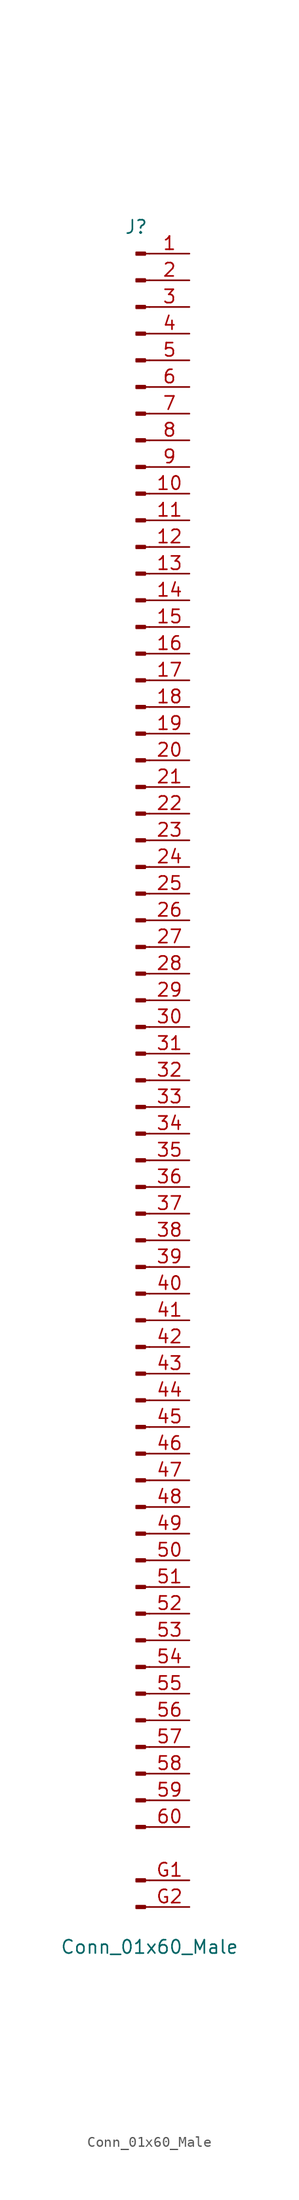
<source format=kicad_sym>
(kicad_symbol_lib
  (version 20211014)
  (generator kicad_symbol_editor)
  (symbol "Conn_01x60_Male"
    (pin_names
      (offset 1.016) hide)
    (property "Reference" "J"
      (at 0 50.8 0)
      (effects (font (size 1.27 1.27))))
    (property "Value" "Conn_01x60_Male"
      (at 1.27 -113.03 0)
      (effects (font (size 1.27 1.27))))
    (symbol "Conn_01x60_Male_1_1"
      (polyline (pts (xy 1.27 -109.22) (xy 0.864 -109.22)) (stroke (width 0.152) (type default) (color 0 0 0 0)) (fill (type none)))
      (polyline (pts (xy 1.27 -106.68) (xy 0.864 -106.68)) (stroke (width 0.152) (type default) (color 0 0 0 0)) (fill (type none)))
      (polyline (pts (xy 1.27 -101.6) (xy 0.864 -101.6)) (stroke (width 0.152) (type default) (color 0 0 0 0)) (fill (type none)))
      (polyline (pts (xy 1.27 -99.06) (xy 0.864 -99.06)) (stroke (width 0.152) (type default) (color 0 0 0 0)) (fill (type none)))
      (polyline (pts (xy 1.27 -96.52) (xy 0.864 -96.52)) (stroke (width 0.152) (type default) (color 0 0 0 0)) (fill (type none)))
      (polyline (pts (xy 1.27 -93.98) (xy 0.864 -93.98)) (stroke (width 0.152) (type default) (color 0 0 0 0)) (fill (type none)))
      (polyline (pts (xy 1.27 -91.44) (xy 0.864 -91.44)) (stroke (width 0.152) (type default) (color 0 0 0 0)) (fill (type none)))
      (polyline (pts (xy 1.27 -88.9) (xy 0.864 -88.9)) (stroke (width 0.152) (type default) (color 0 0 0 0)) (fill (type none)))
      (polyline (pts (xy 1.27 -86.36) (xy 0.864 -86.36)) (stroke (width 0.152) (type default) (color 0 0 0 0)) (fill (type none)))
      (polyline (pts (xy 1.27 -83.82) (xy 0.864 -83.82)) (stroke (width 0.152) (type default) (color 0 0 0 0)) (fill (type none)))
      (polyline (pts (xy 1.27 -81.28) (xy 0.864 -81.28)) (stroke (width 0.152) (type default) (color 0 0 0 0)) (fill (type none)))
      (polyline (pts (xy 1.27 -78.74) (xy 0.864 -78.74)) (stroke (width 0.152) (type default) (color 0 0 0 0)) (fill (type none)))
      (polyline (pts (xy 1.27 -76.2) (xy 0.864 -76.2)) (stroke (width 0.152) (type default) (color 0 0 0 0)) (fill (type none)))
      (polyline (pts (xy 1.27 -73.66) (xy 0.864 -73.66)) (stroke (width 0.152) (type default) (color 0 0 0 0)) (fill (type none)))
      (polyline (pts (xy 1.27 -71.12) (xy 0.864 -71.12)) (stroke (width 0.152) (type default) (color 0 0 0 0)) (fill (type none)))
      (polyline (pts (xy 1.27 -68.58) (xy 0.864 -68.58)) (stroke (width 0.152) (type default) (color 0 0 0 0)) (fill (type none)))
      (polyline (pts (xy 1.27 -66.04) (xy 0.864 -66.04)) (stroke (width 0.152) (type default) (color 0 0 0 0)) (fill (type none)))
      (polyline (pts (xy 1.27 -63.5) (xy 0.864 -63.5)) (stroke (width 0.152) (type default) (color 0 0 0 0)) (fill (type none)))
      (polyline (pts (xy 1.27 -60.96) (xy 0.864 -60.96)) (stroke (width 0.152) (type default) (color 0 0 0 0)) (fill (type none)))
      (polyline (pts (xy 1.27 -58.42) (xy 0.864 -58.42)) (stroke (width 0.152) (type default) (color 0 0 0 0)) (fill (type none)))
      (polyline (pts (xy 1.27 -55.88) (xy 0.864 -55.88)) (stroke (width 0.152) (type default) (color 0 0 0 0)) (fill (type none)))
      (polyline (pts (xy 1.27 -53.34) (xy 0.864 -53.34)) (stroke (width 0.152) (type default) (color 0 0 0 0)) (fill (type none)))
      (polyline (pts (xy 1.27 -50.8) (xy 0.864 -50.8)) (stroke (width 0.152) (type default) (color 0 0 0 0)) (fill (type none)))
      (polyline (pts (xy 1.27 -48.26) (xy 0.864 -48.26)) (stroke (width 0.152) (type default) (color 0 0 0 0)) (fill (type none)))
      (polyline (pts (xy 1.27 -45.72) (xy 0.864 -45.72)) (stroke (width 0.152) (type default) (color 0 0 0 0)) (fill (type none)))
      (polyline (pts (xy 1.27 -43.18) (xy 0.864 -43.18)) (stroke (width 0.152) (type default) (color 0 0 0 0)) (fill (type none)))
      (polyline (pts (xy 1.27 -40.64) (xy 0.864 -40.64)) (stroke (width 0.152) (type default) (color 0 0 0 0)) (fill (type none)))
      (polyline (pts (xy 1.27 -38.1) (xy 0.864 -38.1)) (stroke (width 0.152) (type default) (color 0 0 0 0)) (fill (type none)))
      (polyline (pts (xy 1.27 -35.56) (xy 0.864 -35.56)) (stroke (width 0.152) (type default) (color 0 0 0 0)) (fill (type none)))
      (polyline (pts (xy 1.27 -33.02) (xy 0.864 -33.02)) (stroke (width 0.152) (type default) (color 0 0 0 0)) (fill (type none)))
      (polyline (pts (xy 1.27 -30.48) (xy 0.864 -30.48)) (stroke (width 0.152) (type default) (color 0 0 0 0)) (fill (type none)))
      (polyline (pts (xy 1.27 -27.94) (xy 0.864 -27.94)) (stroke (width 0.152) (type default) (color 0 0 0 0)) (fill (type none)))
      (polyline (pts (xy 1.27 -25.4) (xy 0.864 -25.4)) (stroke (width 0.152) (type default) (color 0 0 0 0)) (fill (type none)))
      (polyline (pts (xy 1.27 -22.86) (xy 0.864 -22.86)) (stroke (width 0.152) (type default) (color 0 0 0 0)) (fill (type none)))
      (polyline (pts (xy 1.27 -20.32) (xy 0.864 -20.32)) (stroke (width 0.152) (type default) (color 0 0 0 0)) (fill (type none)))
      (polyline (pts (xy 1.27 -17.78) (xy 0.864 -17.78)) (stroke (width 0.152) (type default) (color 0 0 0 0)) (fill (type none)))
      (polyline (pts (xy 1.27 -15.24) (xy 0.864 -15.24)) (stroke (width 0.152) (type default) (color 0 0 0 0)) (fill (type none)))
      (polyline (pts (xy 1.27 -12.7) (xy 0.864 -12.7)) (stroke (width 0.152) (type default) (color 0 0 0 0)) (fill (type none)))
      (polyline (pts (xy 1.27 -10.16) (xy 0.864 -10.16)) (stroke (width 0.152) (type default) (color 0 0 0 0)) (fill (type none)))
      (polyline (pts (xy 1.27 -7.62) (xy 0.864 -7.62)) (stroke (width 0.152) (type default) (color 0 0 0 0)) (fill (type none)))
      (polyline (pts (xy 1.27 -5.08) (xy 0.864 -5.08)) (stroke (width 0.152) (type default) (color 0 0 0 0)) (fill (type none)))
      (polyline (pts (xy 1.27 -2.54) (xy 0.864 -2.54)) (stroke (width 0.152) (type default) (color 0 0 0 0)) (fill (type none)))
      (polyline (pts (xy 1.27 0) (xy 0.864 0)) (stroke (width 0.152) (type default) (color 0 0 0 0)) (fill (type none)))
      (polyline (pts (xy 1.27 2.54) (xy 0.864 2.54)) (stroke (width 0.152) (type default) (color 0 0 0 0)) (fill (type none)))
      (polyline (pts (xy 1.27 5.08) (xy 0.864 5.08)) (stroke (width 0.152) (type default) (color 0 0 0 0)) (fill (type none)))
      (polyline (pts (xy 1.27 7.62) (xy 0.864 7.62)) (stroke (width 0.152) (type default) (color 0 0 0 0)) (fill (type none)))
      (polyline (pts (xy 1.27 10.16) (xy 0.864 10.16)) (stroke (width 0.152) (type default) (color 0 0 0 0)) (fill (type none)))
      (polyline (pts (xy 1.27 12.7) (xy 0.864 12.7)) (stroke (width 0.152) (type default) (color 0 0 0 0)) (fill (type none)))
      (polyline (pts (xy 1.27 15.24) (xy 0.864 15.24)) (stroke (width 0.152) (type default) (color 0 0 0 0)) (fill (type none)))
      (polyline (pts (xy 1.27 17.78) (xy 0.864 17.78)) (stroke (width 0.152) (type default) (color 0 0 0 0)) (fill (type none)))
      (polyline (pts (xy 1.27 20.32) (xy 0.864 20.32)) (stroke (width 0.152) (type default) (color 0 0 0 0)) (fill (type none)))
      (polyline (pts (xy 1.27 22.86) (xy 0.864 22.86)) (stroke (width 0.152) (type default) (color 0 0 0 0)) (fill (type none)))
      (polyline (pts (xy 1.27 25.4) (xy 0.864 25.4)) (stroke (width 0.152) (type default) (color 0 0 0 0)) (fill (type none)))
      (polyline (pts (xy 1.27 27.94) (xy 0.864 27.94)) (stroke (width 0.152) (type default) (color 0 0 0 0)) (fill (type none)))
      (polyline (pts (xy 1.27 30.48) (xy 0.864 30.48)) (stroke (width 0.152) (type default) (color 0 0 0 0)) (fill (type none)))
      (polyline (pts (xy 1.27 33.02) (xy 0.864 33.02)) (stroke (width 0.152) (type default) (color 0 0 0 0)) (fill (type none)))
      (polyline (pts (xy 1.27 35.56) (xy 0.864 35.56)) (stroke (width 0.152) (type default) (color 0 0 0 0)) (fill (type none)))
      (polyline (pts (xy 1.27 38.1) (xy 0.864 38.1)) (stroke (width 0.152) (type default) (color 0 0 0 0)) (fill (type none)))
      (polyline (pts (xy 1.27 40.64) (xy 0.864 40.64)) (stroke (width 0.152) (type default) (color 0 0 0 0)) (fill (type none)))
      (polyline (pts (xy 1.27 43.18) (xy 0.864 43.18)) (stroke (width 0.152) (type default) (color 0 0 0 0)) (fill (type none)))
      (polyline (pts (xy 1.27 45.72) (xy 0.864 45.72)) (stroke (width 0.152) (type default) (color 0 0 0 0)) (fill (type none)))
      (polyline (pts (xy 1.27 48.26) (xy 0.864 48.26)) (stroke (width 0.152) (type default) (color 0 0 0 0)) (fill (type none)))
      (rectangle (start 0.864 -109.093) (end 0 -109.347) (stroke (width 0.152) (type default) (color 0 0 0 0)) (fill (type outline)))
      (rectangle (start 0.864 -106.553) (end 0 -106.807) (stroke (width 0.152) (type default) (color 0 0 0 0)) (fill (type outline)))
      (rectangle (start 0.864 -101.473) (end 0 -101.727) (stroke (width 0.152) (type default) (color 0 0 0 0)) (fill (type outline)))
      (rectangle (start 0.864 -98.933) (end 0 -99.187) (stroke (width 0.152) (type default) (color 0 0 0 0)) (fill (type outline)))
      (rectangle (start 0.864 -96.393) (end 0 -96.647) (stroke (width 0.152) (type default) (color 0 0 0 0)) (fill (type outline)))
      (rectangle (start 0.864 -93.853) (end 0 -94.107) (stroke (width 0.152) (type default) (color 0 0 0 0)) (fill (type outline)))
      (rectangle (start 0.864 -91.313) (end 0 -91.567) (stroke (width 0.152) (type default) (color 0 0 0 0)) (fill (type outline)))
      (rectangle (start 0.864 -88.773) (end 0 -89.027) (stroke (width 0.152) (type default) (color 0 0 0 0)) (fill (type outline)))
      (rectangle (start 0.864 -86.233) (end 0 -86.487) (stroke (width 0.152) (type default) (color 0 0 0 0)) (fill (type outline)))
      (rectangle (start 0.864 -83.693) (end 0 -83.947) (stroke (width 0.152) (type default) (color 0 0 0 0)) (fill (type outline)))
      (rectangle (start 0.864 -81.153) (end 0 -81.407) (stroke (width 0.152) (type default) (color 0 0 0 0)) (fill (type outline)))
      (rectangle (start 0.864 -78.613) (end 0 -78.867) (stroke (width 0.152) (type default) (color 0 0 0 0)) (fill (type outline)))
      (rectangle (start 0.864 -76.073) (end 0 -76.327) (stroke (width 0.152) (type default) (color 0 0 0 0)) (fill (type outline)))
      (rectangle (start 0.864 -73.533) (end 0 -73.787) (stroke (width 0.152) (type default) (color 0 0 0 0)) (fill (type outline)))
      (rectangle (start 0.864 -70.993) (end 0 -71.247) (stroke (width 0.152) (type default) (color 0 0 0 0)) (fill (type outline)))
      (rectangle (start 0.864 -68.453) (end 0 -68.707) (stroke (width 0.152) (type default) (color 0 0 0 0)) (fill (type outline)))
      (rectangle (start 0.864 -65.913) (end 0 -66.167) (stroke (width 0.152) (type default) (color 0 0 0 0)) (fill (type outline)))
      (rectangle (start 0.864 -63.373) (end 0 -63.627) (stroke (width 0.152) (type default) (color 0 0 0 0)) (fill (type outline)))
      (rectangle (start 0.864 -60.833) (end 0 -61.087) (stroke (width 0.152) (type default) (color 0 0 0 0)) (fill (type outline)))
      (rectangle (start 0.864 -58.293) (end 0 -58.547) (stroke (width 0.152) (type default) (color 0 0 0 0)) (fill (type outline)))
      (rectangle (start 0.864 -55.753) (end 0 -56.007) (stroke (width 0.152) (type default) (color 0 0 0 0)) (fill (type outline)))
      (rectangle (start 0.864 -53.213) (end 0 -53.467) (stroke (width 0.152) (type default) (color 0 0 0 0)) (fill (type outline)))
      (rectangle (start 0.864 -50.673) (end 0 -50.927) (stroke (width 0.152) (type default) (color 0 0 0 0)) (fill (type outline)))
      (rectangle (start 0.864 -48.133) (end 0 -48.387) (stroke (width 0.152) (type default) (color 0 0 0 0)) (fill (type outline)))
      (rectangle (start 0.864 -45.593) (end 0 -45.847) (stroke (width 0.152) (type default) (color 0 0 0 0)) (fill (type outline)))
      (rectangle (start 0.864 -43.053) (end 0 -43.307) (stroke (width 0.152) (type default) (color 0 0 0 0)) (fill (type outline)))
      (rectangle (start 0.864 -40.513) (end 0 -40.767) (stroke (width 0.152) (type default) (color 0 0 0 0)) (fill (type outline)))
      (rectangle (start 0.864 -37.973) (end 0 -38.227) (stroke (width 0.152) (type default) (color 0 0 0 0)) (fill (type outline)))
      (rectangle (start 0.864 -35.433) (end 0 -35.687) (stroke (width 0.152) (type default) (color 0 0 0 0)) (fill (type outline)))
      (rectangle (start 0.864 -32.893) (end 0 -33.147) (stroke (width 0.152) (type default) (color 0 0 0 0)) (fill (type outline)))
      (rectangle (start 0.864 -30.353) (end 0 -30.607) (stroke (width 0.152) (type default) (color 0 0 0 0)) (fill (type outline)))
      (rectangle (start 0.864 -27.813) (end 0 -28.067) (stroke (width 0.152) (type default) (color 0 0 0 0)) (fill (type outline)))
      (rectangle (start 0.864 -25.273) (end 0 -25.527) (stroke (width 0.152) (type default) (color 0 0 0 0)) (fill (type outline)))
      (rectangle (start 0.864 -22.733) (end 0 -22.987) (stroke (width 0.152) (type default) (color 0 0 0 0)) (fill (type outline)))
      (rectangle (start 0.864 -20.193) (end 0 -20.447) (stroke (width 0.152) (type default) (color 0 0 0 0)) (fill (type outline)))
      (rectangle (start 0.864 -17.653) (end 0 -17.907) (stroke (width 0.152) (type default) (color 0 0 0 0)) (fill (type outline)))
      (rectangle (start 0.864 -15.113) (end 0 -15.367) (stroke (width 0.152) (type default) (color 0 0 0 0)) (fill (type outline)))
      (rectangle (start 0.864 -12.573) (end 0 -12.827) (stroke (width 0.152) (type default) (color 0 0 0 0)) (fill (type outline)))
      (rectangle (start 0.864 -10.033) (end 0 -10.287) (stroke (width 0.152) (type default) (color 0 0 0 0)) (fill (type outline)))
      (rectangle (start 0.864 -7.493) (end 0 -7.747) (stroke (width 0.152) (type default) (color 0 0 0 0)) (fill (type outline)))
      (rectangle (start 0.864 -4.953) (end 0 -5.207) (stroke (width 0.152) (type default) (color 0 0 0 0)) (fill (type outline)))
      (rectangle (start 0.864 -2.413) (end 0 -2.667) (stroke (width 0.152) (type default) (color 0 0 0 0)) (fill (type outline)))
      (rectangle (start 0.864 0.127) (end 0 -0.127) (stroke (width 0.152) (type default) (color 0 0 0 0)) (fill (type outline)))
      (rectangle (start 0.864 2.667) (end 0 2.413) (stroke (width 0.152) (type default) (color 0 0 0 0)) (fill (type outline)))
      (rectangle (start 0.864 5.207) (end 0 4.953) (stroke (width 0.152) (type default) (color 0 0 0 0)) (fill (type outline)))
      (rectangle (start 0.864 7.747) (end 0 7.493) (stroke (width 0.152) (type default) (color 0 0 0 0)) (fill (type outline)))
      (rectangle (start 0.864 10.287) (end 0 10.033) (stroke (width 0.152) (type default) (color 0 0 0 0)) (fill (type outline)))
      (rectangle (start 0.864 12.827) (end 0 12.573) (stroke (width 0.152) (type default) (color 0 0 0 0)) (fill (type outline)))
      (rectangle (start 0.864 15.367) (end 0 15.113) (stroke (width 0.152) (type default) (color 0 0 0 0)) (fill (type outline)))
      (rectangle (start 0.864 17.907) (end 0 17.653) (stroke (width 0.152) (type default) (color 0 0 0 0)) (fill (type outline)))
      (rectangle (start 0.864 20.447) (end 0 20.193) (stroke (width 0.152) (type default) (color 0 0 0 0)) (fill (type outline)))
      (rectangle (start 0.864 22.987) (end 0 22.733) (stroke (width 0.152) (type default) (color 0 0 0 0)) (fill (type outline)))
      (rectangle (start 0.864 25.527) (end 0 25.273) (stroke (width 0.152) (type default) (color 0 0 0 0)) (fill (type outline)))
      (rectangle (start 0.864 28.067) (end 0 27.813) (stroke (width 0.152) (type default) (color 0 0 0 0)) (fill (type outline)))
      (rectangle (start 0.864 30.607) (end 0 30.353) (stroke (width 0.152) (type default) (color 0 0 0 0)) (fill (type outline)))
      (rectangle (start 0.864 33.147) (end 0 32.893) (stroke (width 0.152) (type default) (color 0 0 0 0)) (fill (type outline)))
      (rectangle (start 0.864 35.687) (end 0 35.433) (stroke (width 0.152) (type default) (color 0 0 0 0)) (fill (type outline)))
      (rectangle (start 0.864 38.227) (end 0 37.973) (stroke (width 0.152) (type default) (color 0 0 0 0)) (fill (type outline)))
      (rectangle (start 0.864 40.767) (end 0 40.513) (stroke (width 0.152) (type default) (color 0 0 0 0)) (fill (type outline)))
      (rectangle (start 0.864 43.307) (end 0 43.053) (stroke (width 0.152) (type default) (color 0 0 0 0)) (fill (type outline)))
      (rectangle (start 0.864 45.847) (end 0 45.593) (stroke (width 0.152) (type default) (color 0 0 0 0)) (fill (type outline)))
      (rectangle (start 0.864 48.387) (end 0 48.133) (stroke (width 0.152) (type default) (color 0 0 0 0)) (fill (type outline)))
      (pin passive line (at 5.08 48.26 180) (length 3.81) (name "Pin_1" (effects (font (size 1.27 1.27)))) (number "1" (effects (font (size 1.27 1.27)))))
      (pin passive line (at 5.08 25.4 180) (length 3.81) (name "Pin_10" (effects (font (size 1.27 1.27)))) (number "10" (effects (font (size 1.27 1.27)))))
      (pin passive line (at 5.08 22.86 180) (length 3.81) (name "Pin_11" (effects (font (size 1.27 1.27)))) (number "11" (effects (font (size 1.27 1.27)))))
      (pin passive line (at 5.08 20.32 180) (length 3.81) (name "Pin_12" (effects (font (size 1.27 1.27)))) (number "12" (effects (font (size 1.27 1.27)))))
      (pin passive line (at 5.08 17.78 180) (length 3.81) (name "Pin_13" (effects (font (size 1.27 1.27)))) (number "13" (effects (font (size 1.27 1.27)))))
      (pin passive line (at 5.08 15.24 180) (length 3.81) (name "Pin_14" (effects (font (size 1.27 1.27)))) (number "14" (effects (font (size 1.27 1.27)))))
      (pin passive line (at 5.08 12.7 180) (length 3.81) (name "Pin_15" (effects (font (size 1.27 1.27)))) (number "15" (effects (font (size 1.27 1.27)))))
      (pin passive line (at 5.08 10.16 180) (length 3.81) (name "Pin_16" (effects (font (size 1.27 1.27)))) (number "16" (effects (font (size 1.27 1.27)))))
      (pin passive line (at 5.08 7.62 180) (length 3.81) (name "Pin_17" (effects (font (size 1.27 1.27)))) (number "17" (effects (font (size 1.27 1.27)))))
      (pin passive line (at 5.08 5.08 180) (length 3.81) (name "Pin_18" (effects (font (size 1.27 1.27)))) (number "18" (effects (font (size 1.27 1.27)))))
      (pin passive line (at 5.08 2.54 180) (length 3.81) (name "Pin_19" (effects (font (size 1.27 1.27)))) (number "19" (effects (font (size 1.27 1.27)))))
      (pin passive line (at 5.08 45.72 180) (length 3.81) (name "Pin_2" (effects (font (size 1.27 1.27)))) (number "2" (effects (font (size 1.27 1.27)))))
      (pin passive line (at 5.08 0 180) (length 3.81) (name "Pin_20" (effects (font (size 1.27 1.27)))) (number "20" (effects (font (size 1.27 1.27)))))
      (pin passive line (at 5.08 -2.54 180) (length 3.81) (name "Pin_21" (effects (font (size 1.27 1.27)))) (number "21" (effects (font (size 1.27 1.27)))))
      (pin passive line (at 5.08 -5.08 180) (length 3.81) (name "Pin_22" (effects (font (size 1.27 1.27)))) (number "22" (effects (font (size 1.27 1.27)))))
      (pin passive line (at 5.08 -7.62 180) (length 3.81) (name "Pin_23" (effects (font (size 1.27 1.27)))) (number "23" (effects (font (size 1.27 1.27)))))
      (pin passive line (at 5.08 -10.16 180) (length 3.81) (name "Pin_24" (effects (font (size 1.27 1.27)))) (number "24" (effects (font (size 1.27 1.27)))))
      (pin passive line (at 5.08 -12.7 180) (length 3.81) (name "Pin_25" (effects (font (size 1.27 1.27)))) (number "25" (effects (font (size 1.27 1.27)))))
      (pin passive line (at 5.08 -15.24 180) (length 3.81) (name "Pin_26" (effects (font (size 1.27 1.27)))) (number "26" (effects (font (size 1.27 1.27)))))
      (pin passive line (at 5.08 -17.78 180) (length 3.81) (name "Pin_27" (effects (font (size 1.27 1.27)))) (number "27" (effects (font (size 1.27 1.27)))))
      (pin passive line (at 5.08 -20.32 180) (length 3.81) (name "Pin_28" (effects (font (size 1.27 1.27)))) (number "28" (effects (font (size 1.27 1.27)))))
      (pin passive line (at 5.08 -22.86 180) (length 3.81) (name "Pin_29" (effects (font (size 1.27 1.27)))) (number "29" (effects (font (size 1.27 1.27)))))
      (pin passive line (at 5.08 43.18 180) (length 3.81) (name "Pin_3" (effects (font (size 1.27 1.27)))) (number "3" (effects (font (size 1.27 1.27)))))
      (pin passive line (at 5.08 -25.4 180) (length 3.81) (name "Pin_30" (effects (font (size 1.27 1.27)))) (number "30" (effects (font (size 1.27 1.27)))))
      (pin passive line (at 5.08 -27.94 180) (length 3.81) (name "Pin_31" (effects (font (size 1.27 1.27)))) (number "31" (effects (font (size 1.27 1.27)))))
      (pin passive line (at 5.08 -30.48 180) (length 3.81) (name "Pin_32" (effects (font (size 1.27 1.27)))) (number "32" (effects (font (size 1.27 1.27)))))
      (pin passive line (at 5.08 -33.02 180) (length 3.81) (name "Pin_33" (effects (font (size 1.27 1.27)))) (number "33" (effects (font (size 1.27 1.27)))))
      (pin passive line (at 5.08 -35.56 180) (length 3.81) (name "Pin_34" (effects (font (size 1.27 1.27)))) (number "34" (effects (font (size 1.27 1.27)))))
      (pin passive line (at 5.08 -38.1 180) (length 3.81) (name "Pin_35" (effects (font (size 1.27 1.27)))) (number "35" (effects (font (size 1.27 1.27)))))
      (pin passive line (at 5.08 -40.64 180) (length 3.81) (name "Pin_36" (effects (font (size 1.27 1.27)))) (number "36" (effects (font (size 1.27 1.27)))))
      (pin passive line (at 5.08 -43.18 180) (length 3.81) (name "Pin_37" (effects (font (size 1.27 1.27)))) (number "37" (effects (font (size 1.27 1.27)))))
      (pin passive line (at 5.08 -45.72 180) (length 3.81) (name "Pin_38" (effects (font (size 1.27 1.27)))) (number "38" (effects (font (size 1.27 1.27)))))
      (pin passive line (at 5.08 -48.26 180) (length 3.81) (name "Pin_39" (effects (font (size 1.27 1.27)))) (number "39" (effects (font (size 1.27 1.27)))))
      (pin passive line (at 5.08 40.64 180) (length 3.81) (name "Pin_4" (effects (font (size 1.27 1.27)))) (number "4" (effects (font (size 1.27 1.27)))))
      (pin passive line (at 5.08 -50.8 180) (length 3.81) (name "Pin_40" (effects (font (size 1.27 1.27)))) (number "40" (effects (font (size 1.27 1.27)))))
      (pin passive line (at 5.08 -53.34 180) (length 3.81) (name "Pin_41" (effects (font (size 1.27 1.27)))) (number "41" (effects (font (size 1.27 1.27)))))
      (pin passive line (at 5.08 -55.88 180) (length 3.81) (name "Pin_42" (effects (font (size 1.27 1.27)))) (number "42" (effects (font (size 1.27 1.27)))))
      (pin passive line (at 5.08 -58.42 180) (length 3.81) (name "Pin_43" (effects (font (size 1.27 1.27)))) (number "43" (effects (font (size 1.27 1.27)))))
      (pin passive line (at 5.08 -60.96 180) (length 3.81) (name "Pin_44" (effects (font (size 1.27 1.27)))) (number "44" (effects (font (size 1.27 1.27)))))
      (pin passive line (at 5.08 -63.5 180) (length 3.81) (name "Pin_45" (effects (font (size 1.27 1.27)))) (number "45" (effects (font (size 1.27 1.27)))))
      (pin passive line (at 5.08 -66.04 180) (length 3.81) (name "Pin_46" (effects (font (size 1.27 1.27)))) (number "46" (effects (font (size 1.27 1.27)))))
      (pin passive line (at 5.08 -68.58 180) (length 3.81) (name "Pin_47" (effects (font (size 1.27 1.27)))) (number "47" (effects (font (size 1.27 1.27)))))
      (pin passive line (at 5.08 -71.12 180) (length 3.81) (name "Pin_48" (effects (font (size 1.27 1.27)))) (number "48" (effects (font (size 1.27 1.27)))))
      (pin passive line (at 5.08 -73.66 180) (length 3.81) (name "Pin_49" (effects (font (size 1.27 1.27)))) (number "49" (effects (font (size 1.27 1.27)))))
      (pin passive line (at 5.08 38.1 180) (length 3.81) (name "Pin_5" (effects (font (size 1.27 1.27)))) (number "5" (effects (font (size 1.27 1.27)))))
      (pin passive line (at 5.08 -76.2 180) (length 3.81) (name "Pin_50" (effects (font (size 1.27 1.27)))) (number "50" (effects (font (size 1.27 1.27)))))
      (pin passive line (at 5.08 -78.74 180) (length 3.81) (name "Pin_51" (effects (font (size 1.27 1.27)))) (number "51" (effects (font (size 1.27 1.27)))))
      (pin passive line (at 5.08 -81.28 180) (length 3.81) (name "Pin_52" (effects (font (size 1.27 1.27)))) (number "52" (effects (font (size 1.27 1.27)))))
      (pin passive line (at 5.08 -83.82 180) (length 3.81) (name "Pin_53" (effects (font (size 1.27 1.27)))) (number "53" (effects (font (size 1.27 1.27)))))
      (pin passive line (at 5.08 -86.36 180) (length 3.81) (name "Pin_54" (effects (font (size 1.27 1.27)))) (number "54" (effects (font (size 1.27 1.27)))))
      (pin passive line (at 5.08 -88.9 180) (length 3.81) (name "Pin_55" (effects (font (size 1.27 1.27)))) (number "55" (effects (font (size 1.27 1.27)))))
      (pin passive line (at 5.08 -91.44 180) (length 3.81) (name "Pin_56" (effects (font (size 1.27 1.27)))) (number "56" (effects (font (size 1.27 1.27)))))
      (pin passive line (at 5.08 -93.98 180) (length 3.81) (name "Pin_57" (effects (font (size 1.27 1.27)))) (number "57" (effects (font (size 1.27 1.27)))))
      (pin passive line (at 5.08 -96.52 180) (length 3.81) (name "Pin_58" (effects (font (size 1.27 1.27)))) (number "58" (effects (font (size 1.27 1.27)))))
      (pin passive line (at 5.08 -99.06 180) (length 3.81) (name "Pin_59" (effects (font (size 1.27 1.27)))) (number "59" (effects (font (size 1.27 1.27)))))
      (pin passive line (at 5.08 35.56 180) (length 3.81) (name "Pin_6" (effects (font (size 1.27 1.27)))) (number "6" (effects (font (size 1.27 1.27)))))
      (pin passive line (at 5.08 -101.6 180) (length 3.81) (name "Pin_60" (effects (font (size 1.27 1.27)))) (number "60" (effects (font (size 1.27 1.27)))))
      (pin passive line (at 5.08 33.02 180) (length 3.81) (name "Pin_7" (effects (font (size 1.27 1.27)))) (number "7" (effects (font (size 1.27 1.27)))))
      (pin passive line (at 5.08 30.48 180) (length 3.81) (name "Pin_8" (effects (font (size 1.27 1.27)))) (number "8" (effects (font (size 1.27 1.27)))))
      (pin passive line (at 5.08 27.94 180) (length 3.81) (name "Pin_9" (effects (font (size 1.27 1.27)))) (number "9" (effects (font (size 1.27 1.27)))))
      (pin passive line (at 5.08 -106.68 180) (length 3.81) (name "Pin_G1" (effects (font (size 1.27 1.27)))) (number "G1" (effects (font (size 1.27 1.27)))))
      (pin passive line (at 5.08 -109.22 180) (length 3.81) (name "Pin_G2" (effects (font (size 1.27 1.27)))) (number "G2" (effects (font (size 1.27 1.27))))))))
</source>
